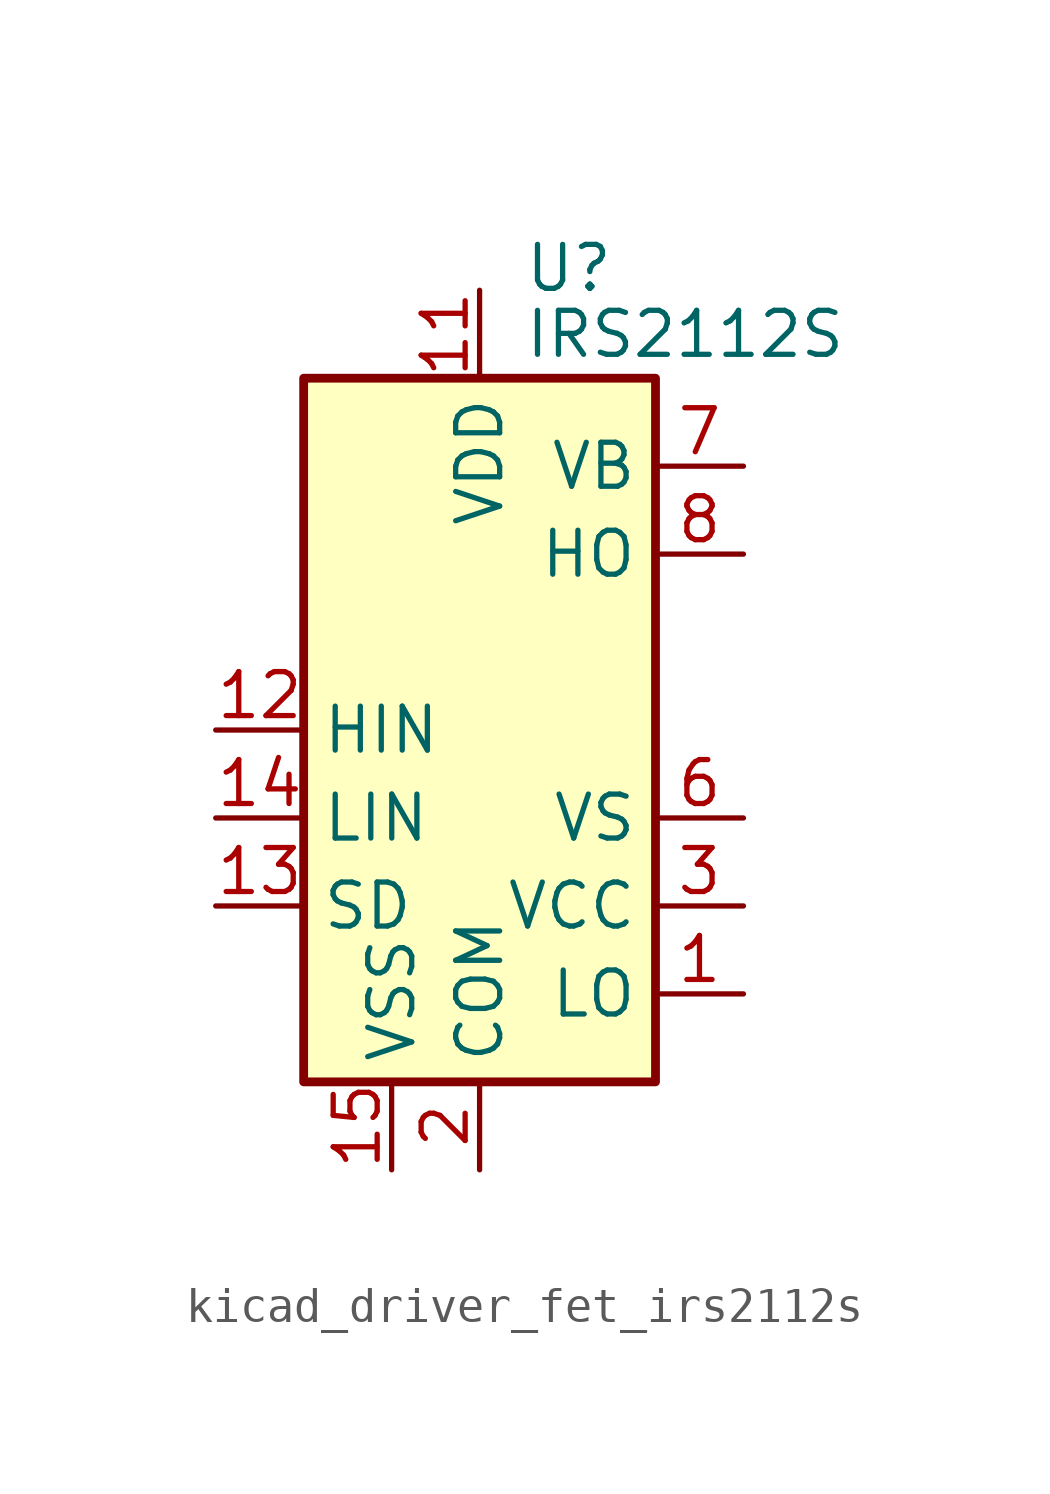
<source format=kicad_sym>
(kicad_symbol_lib
  (version 20220914)
  (generator kicad_symbol_editor)
  (symbol "kicad_driver_fet_irs2112s"
    (property "Reference" "U"
      (at 1.27 13.335 0)
      (effects (font (size 1.27 1.27)) (justify left)))
    (property "Value" "IRS2112S"
      (at 1.27 11.43 0)
      (effects (font (size 1.27 1.27)) (justify left)))
    (symbol "kicad_driver_fet_irs2112s_0_1"
      (rectangle (start -5.08 -10.16) (end 5.08 10.16) (stroke (width 0.254) (type default)) (fill (type background))))
    (symbol "kicad_driver_fet_irs2112s_1_1"
      (pin output line (at 7.62 -7.62 180) (length 2.54) (name "LO" (effects (font (size 1.27 1.27)))) (number "1" (effects (font (size 1.27 1.27)))))
      (pin no_connect line (at 5.08 2.54 180) (length 2.54) hide (name "NC" (effects (font (size 1.27 1.27)))) (number "10" (effects (font (size 1.27 1.27)))))
      (pin power_in line (at 0 12.7 270) (length 2.54) (name "VDD" (effects (font (size 1.27 1.27)))) (number "11" (effects (font (size 1.27 1.27)))))
      (pin input line (at -7.62 0 0) (length 2.54) (name "HIN" (effects (font (size 1.27 1.27)))) (number "12" (effects (font (size 1.27 1.27)))))
      (pin input line (at -7.62 -5.08 0) (length 2.54) (name "SD" (effects (font (size 1.27 1.27)))) (number "13" (effects (font (size 1.27 1.27)))))
      (pin input line (at -7.62 -2.54 0) (length 2.54) (name "LIN" (effects (font (size 1.27 1.27)))) (number "14" (effects (font (size 1.27 1.27)))))
      (pin power_in line (at -2.54 -12.7 90) (length 2.54) (name "VSS" (effects (font (size 1.27 1.27)))) (number "15" (effects (font (size 1.27 1.27)))))
      (pin no_connect line (at 5.08 0 180) (length 2.54) hide (name "NC" (effects (font (size 1.27 1.27)))) (number "16" (effects (font (size 1.27 1.27)))))
      (pin power_in line (at 0 -12.7 90) (length 2.54) (name "COM" (effects (font (size 1.27 1.27)))) (number "2" (effects (font (size 1.27 1.27)))))
      (pin power_in line (at 7.62 -5.08 180) (length 2.54) (name "VCC" (effects (font (size 1.27 1.27)))) (number "3" (effects (font (size 1.27 1.27)))))
      (pin no_connect line (at -5.08 7.62 0) (length 2.54) hide (name "NC" (effects (font (size 1.27 1.27)))) (number "4" (effects (font (size 1.27 1.27)))))
      (pin no_connect line (at -5.08 5.08 0) (length 2.54) hide (name "NC" (effects (font (size 1.27 1.27)))) (number "5" (effects (font (size 1.27 1.27)))))
      (pin passive line (at 7.62 -2.54 180) (length 2.54) (name "VS" (effects (font (size 1.27 1.27)))) (number "6" (effects (font (size 1.27 1.27)))))
      (pin passive line (at 7.62 7.62 180) (length 2.54) (name "VB" (effects (font (size 1.27 1.27)))) (number "7" (effects (font (size 1.27 1.27)))))
      (pin output line (at 7.62 5.08 180) (length 2.54) (name "HO" (effects (font (size 1.27 1.27)))) (number "8" (effects (font (size 1.27 1.27)))))
      (pin no_connect line (at -5.08 2.54 0) (length 2.54) hide (name "NC" (effects (font (size 1.27 1.27)))) (number "9" (effects (font (size 1.27 1.27))))))))
</source>
